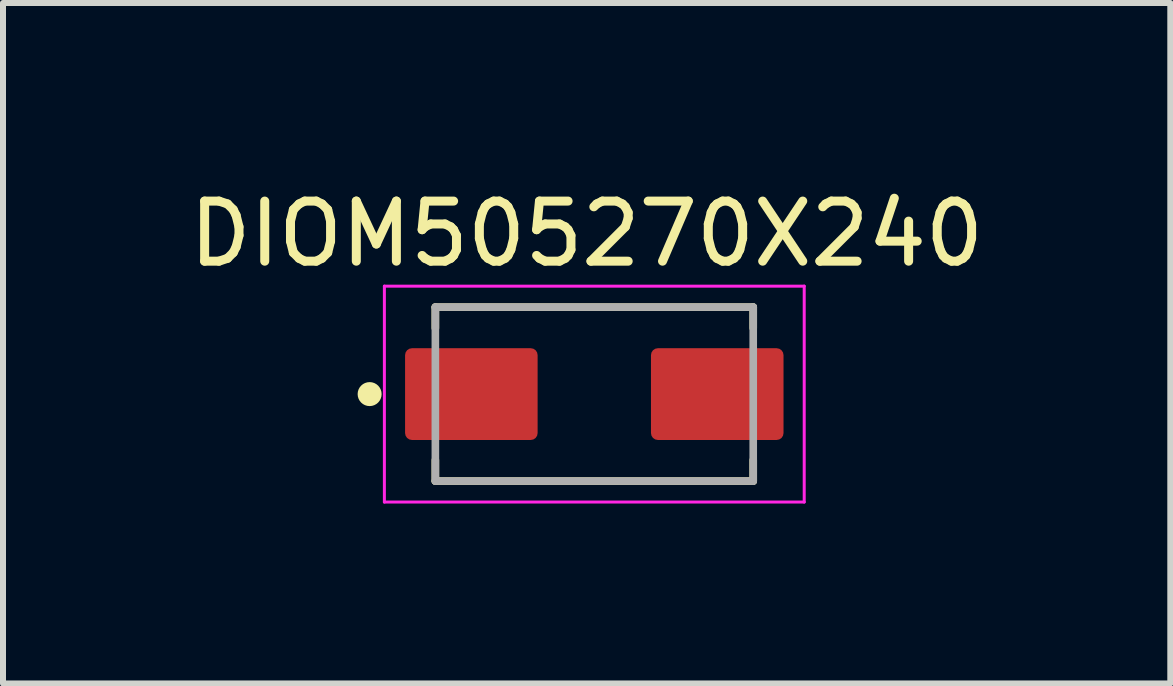
<source format=kicad_pcb>
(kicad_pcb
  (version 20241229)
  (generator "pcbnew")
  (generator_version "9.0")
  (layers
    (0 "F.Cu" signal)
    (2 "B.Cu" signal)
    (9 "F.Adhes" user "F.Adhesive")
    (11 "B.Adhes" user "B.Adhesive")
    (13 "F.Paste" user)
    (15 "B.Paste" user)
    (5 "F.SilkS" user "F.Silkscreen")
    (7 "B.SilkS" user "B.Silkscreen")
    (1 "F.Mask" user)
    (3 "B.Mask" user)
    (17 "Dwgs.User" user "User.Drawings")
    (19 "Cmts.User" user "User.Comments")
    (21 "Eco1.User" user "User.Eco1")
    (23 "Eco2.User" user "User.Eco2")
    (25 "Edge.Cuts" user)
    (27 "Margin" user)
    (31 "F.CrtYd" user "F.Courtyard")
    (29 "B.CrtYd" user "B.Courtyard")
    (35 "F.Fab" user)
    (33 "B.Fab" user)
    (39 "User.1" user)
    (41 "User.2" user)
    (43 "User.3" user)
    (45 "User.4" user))
  (footprint "DIOM505270X240"
    (layer "F.Cu")
    (at 6.859 3.521)
    (property "Reference" "DIOM505270X240" (at -0.127 -2.672 0) (layer "F.SilkS") (effects (font (size 1.002 1.002) (thickness 0.15))))
    (attr smd)
    (fp_line (start -2.65 -1.45) (end 2.65 -1.45) (stroke (width 0.127) (type solid)) (layer "F.SilkS"))
    (fp_line (start -2.65 -1.1) (end -2.65 -1.45) (stroke (width 0.127) (type solid)) (layer "F.SilkS"))
    (fp_line (start -2.65 1.1) (end -2.65 1.45) (stroke (width 0.127) (type solid)) (layer "F.SilkS"))
    (fp_line (start -2.65 1.45) (end 2.65 1.45) (stroke (width 0.127) (type solid)) (layer "F.SilkS"))
    (fp_line (start 2.65 -1.45) (end 2.65 -1.1) (stroke (width 0.127) (type solid)) (layer "F.SilkS"))
    (fp_line (start 2.65 1.45) (end 2.65 1.1) (stroke (width 0.127) (type solid)) (layer "F.SilkS"))
    (fp_circle (center -3.746 0) (end -3.646 0) (stroke (width 0.2) (type solid)) (fill no) (layer "F.SilkS"))
    (fp_line (start -3.5 -1.8) (end 3.5 -1.8) (stroke (width 0.05) (type solid)) (layer "F.CrtYd"))
    (fp_line (start -3.5 1.8) (end -3.5 -1.8) (stroke (width 0.05) (type solid)) (layer "F.CrtYd"))
    (fp_line (start 3.5 -1.8) (end 3.5 1.8) (stroke (width 0.05) (type solid)) (layer "F.CrtYd"))
    (fp_line (start 3.5 1.8) (end -3.5 1.8) (stroke (width 0.05) (type solid)) (layer "F.CrtYd"))
    (fp_line (start -2.65 -1.45) (end 2.65 -1.45) (stroke (width 0.127) (type solid)) (layer "F.Fab"))
    (fp_line (start -2.65 1.45) (end -2.65 -1.45) (stroke (width 0.127) (type solid)) (layer "F.Fab"))
    (fp_line (start 2.65 -1.45) (end 2.65 1.45) (stroke (width 0.127) (type solid)) (layer "F.Fab"))
    (fp_line (start 2.65 1.45) (end -2.65 1.45) (stroke (width 0.127) (type solid)) (layer "F.Fab"))
    (pad "A" smd roundrect (at 2.05 0) (size 2.21 1.53) (layers "F.Cu" "F.Mask" "F.Paste") (roundrect_rratio 0.075))
    (pad "C" smd roundrect (at -2.05 0) (size 2.21 1.53) (layers "F.Cu" "F.Mask" "F.Paste") (roundrect_rratio 0.075)))
  (gr_rect
    (start -3 -3)
    (end 16.463 8.346)
    (stroke (width 0.1) (type default))
    (fill no)
    (layer "Edge.Cuts")))
</source>
